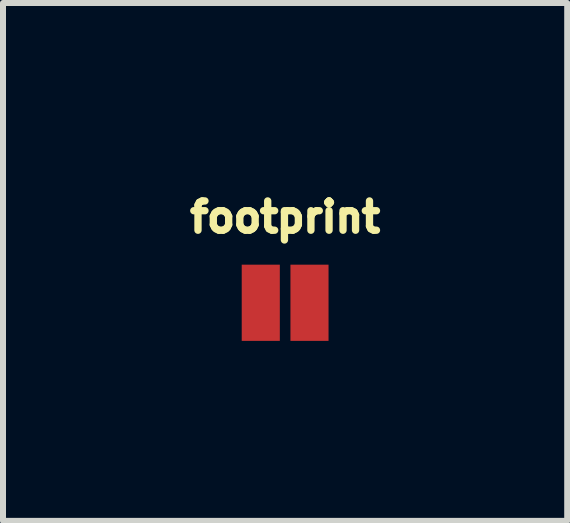
<source format=kicad_pcb>
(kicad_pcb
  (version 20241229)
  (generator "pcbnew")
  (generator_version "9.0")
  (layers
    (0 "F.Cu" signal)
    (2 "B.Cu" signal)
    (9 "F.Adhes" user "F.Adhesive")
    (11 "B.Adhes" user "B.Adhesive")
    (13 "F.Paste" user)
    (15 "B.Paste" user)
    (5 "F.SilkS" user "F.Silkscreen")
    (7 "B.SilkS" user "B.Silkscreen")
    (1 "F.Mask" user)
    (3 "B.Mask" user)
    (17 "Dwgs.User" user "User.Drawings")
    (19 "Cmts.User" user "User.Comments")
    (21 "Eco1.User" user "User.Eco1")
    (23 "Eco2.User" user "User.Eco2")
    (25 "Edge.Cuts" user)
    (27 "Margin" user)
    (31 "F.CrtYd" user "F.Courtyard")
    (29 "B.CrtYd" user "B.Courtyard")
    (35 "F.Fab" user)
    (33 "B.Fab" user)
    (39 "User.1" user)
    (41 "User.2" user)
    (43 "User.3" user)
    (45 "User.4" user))
  (footprint "footprint"
    (layer "F.Cu")
    (at 1.702 1.996)
    (property "Reference" "footprint" (at 0 -1.143 0) (layer "F.SilkS") (effects (font (size 0.488 0.488) (thickness 0.122)) (justify bottom)))
    (pad "1" smd rect (at -0.406 0) (size 0.635 1.27) (layers "F.Cu" "F.Mask"))
    (pad "2" smd rect (at 0.406 0) (size 0.635 1.27) (layers "F.Cu" "F.Mask")))
  (gr_rect
    (start -3 -3)
    (end 6.403 5.631)
    (stroke (width 0.1) (type default))
    (fill no)
    (layer "Edge.Cuts")))
</source>
